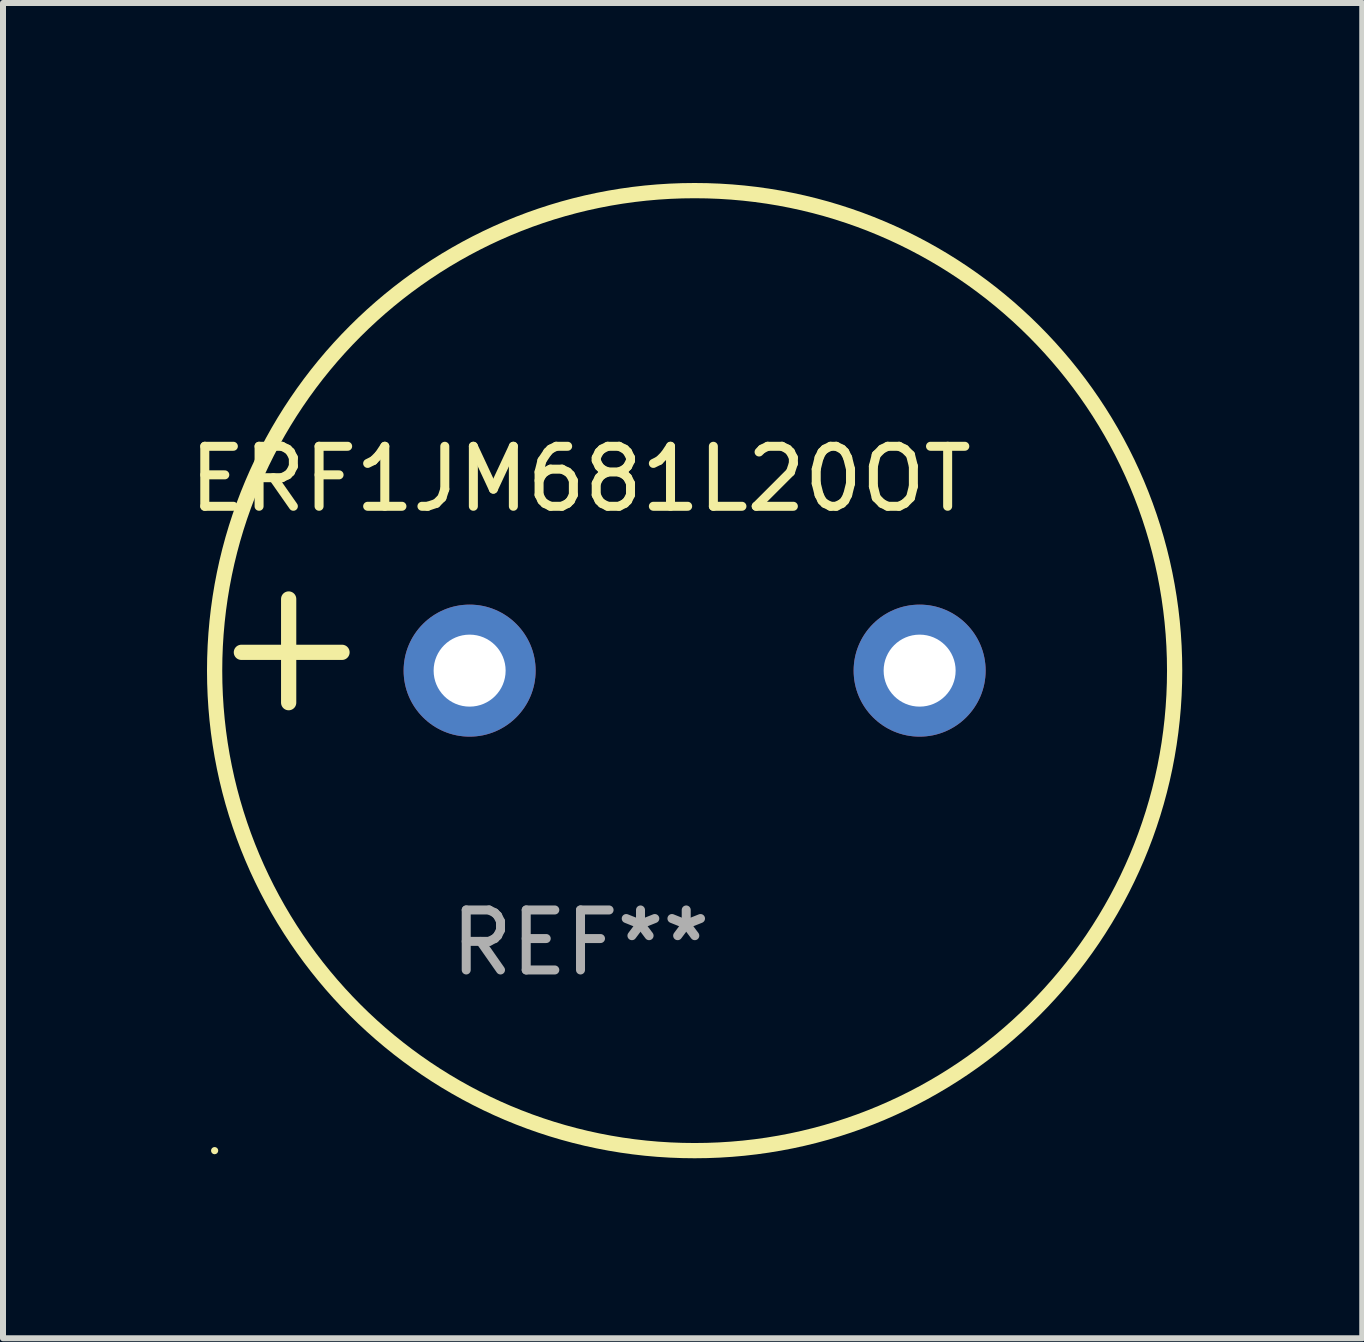
<source format=kicad_pcb>
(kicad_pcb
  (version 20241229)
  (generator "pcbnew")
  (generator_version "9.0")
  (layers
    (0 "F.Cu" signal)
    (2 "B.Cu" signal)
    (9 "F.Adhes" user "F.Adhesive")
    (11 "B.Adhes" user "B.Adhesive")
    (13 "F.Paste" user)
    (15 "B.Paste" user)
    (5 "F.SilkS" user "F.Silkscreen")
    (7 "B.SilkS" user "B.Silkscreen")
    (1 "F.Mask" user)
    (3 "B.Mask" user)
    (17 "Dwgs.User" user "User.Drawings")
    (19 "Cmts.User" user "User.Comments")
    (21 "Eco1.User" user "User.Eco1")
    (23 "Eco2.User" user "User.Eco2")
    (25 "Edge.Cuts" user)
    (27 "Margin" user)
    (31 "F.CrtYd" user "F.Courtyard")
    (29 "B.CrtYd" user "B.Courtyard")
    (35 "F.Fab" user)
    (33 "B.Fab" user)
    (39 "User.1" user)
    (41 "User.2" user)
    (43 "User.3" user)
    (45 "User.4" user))
  (footprint "ERF1JM681L20OT"
    (layer "F.Cu")
    (at 6.625 7.797)
    (property "Reference" "ERF1JM681L20OT" (at 0 -2.864 0) (layer "F.SilkS") (effects (font (size 1 1) (thickness 0.15))))
    (attr through_hole)
    (fp_line (start -4.864 0.864) (end -4.864 -0.864) (stroke (width 0.254) (type solid)) (layer "F.SilkS"))
    (fp_line (start -3.975 0.025) (end -5.652 0.025) (stroke (width 0.254) (type solid)) (layer "F.SilkS"))
    (fp_circle (center -6.098 8.33) (end -6.068 8.33) (stroke (width 0.06) (type solid)) (fill no) (layer "F.SilkS"))
    (fp_circle (center 1.902 0.33) (end 9.902 0.33) (stroke (width 0.254) (type solid)) (fill no) (layer "F.SilkS"))
    (fp_text user "REF**" (at 0 4.864 0) (layer "F.Fab") (effects (font (size 1 1) (thickness 0.15))))
    (pad "1" thru_hole circle (at -1.848 0.33) (size 2.2 2.2) (drill 1.2) (layers "*.Cu" "*.Mask"))
    (pad "2" thru_hole circle (at 5.652 0.33) (size 2.2 2.2) (drill 1.2) (layers "*.Cu" "*.Mask")))
  (gr_rect
    (start -3 -3)
    (end 19.654 19.254)
    (stroke (width 0.1) (type default))
    (fill no)
    (layer "Edge.Cuts")))
</source>
